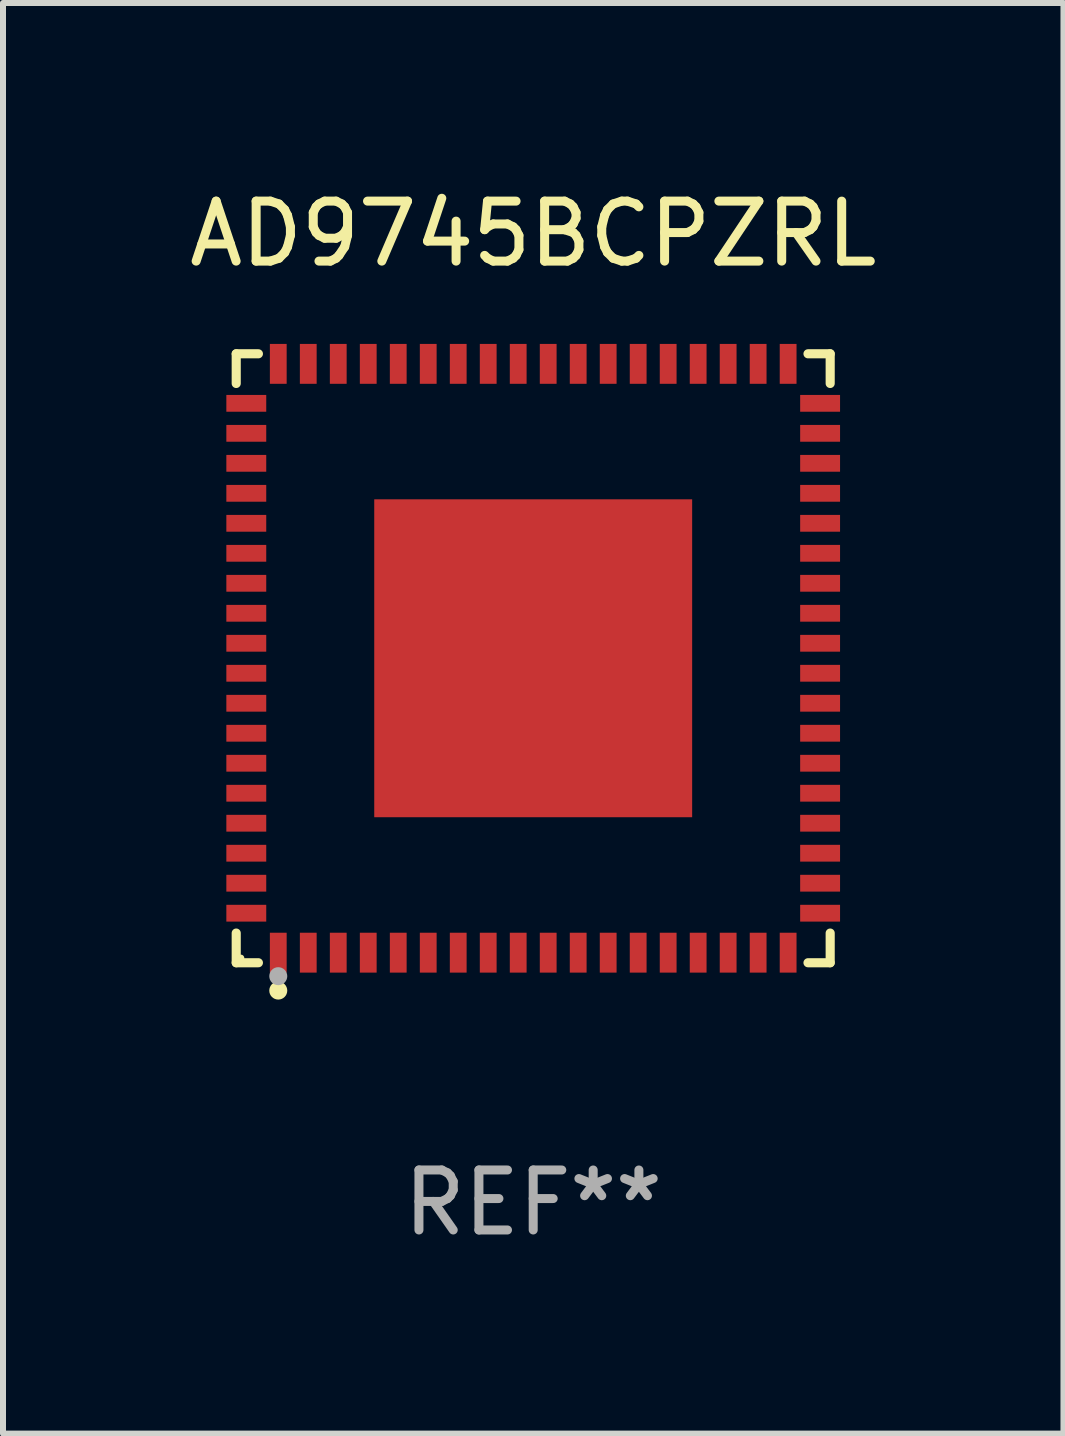
<source format=kicad_pcb>
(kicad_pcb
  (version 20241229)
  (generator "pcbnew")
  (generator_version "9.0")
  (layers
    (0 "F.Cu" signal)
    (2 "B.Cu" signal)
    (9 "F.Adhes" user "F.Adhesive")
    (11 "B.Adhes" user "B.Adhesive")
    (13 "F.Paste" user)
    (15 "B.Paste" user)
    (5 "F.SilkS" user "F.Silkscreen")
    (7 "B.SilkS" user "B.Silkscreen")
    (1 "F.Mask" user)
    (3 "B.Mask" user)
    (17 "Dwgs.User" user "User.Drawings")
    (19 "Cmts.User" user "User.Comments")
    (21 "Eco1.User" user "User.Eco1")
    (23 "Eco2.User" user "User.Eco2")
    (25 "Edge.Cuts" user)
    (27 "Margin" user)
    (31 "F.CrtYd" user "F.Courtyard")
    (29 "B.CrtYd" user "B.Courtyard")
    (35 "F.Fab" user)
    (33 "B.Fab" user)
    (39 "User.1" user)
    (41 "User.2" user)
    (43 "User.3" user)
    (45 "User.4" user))
  (footprint "AD9745BCPZRL"
    (layer "F.Cu")
    (at 5.839 7.924)
    (property "Reference" "AD9745BCPZRL" (at 0 -7.076 0) (layer "F.SilkS") (effects (font (size 1 1) (thickness 0.15))))
    (attr through_hole)
    (fp_line (start -4.951 -5.076) (end -4.581 -5.076) (stroke (width 0.152) (type solid)) (layer "F.SilkS"))
    (fp_line (start -4.951 -4.581) (end -4.951 -5.076) (stroke (width 0.152) (type solid)) (layer "F.SilkS"))
    (fp_line (start -4.951 4.581) (end -4.951 5.076) (stroke (width 0.152) (type solid)) (layer "F.SilkS"))
    (fp_line (start -4.951 5.076) (end -4.581 5.076) (stroke (width 0.152) (type solid)) (layer "F.SilkS"))
    (fp_line (start 4.951 -5.076) (end 4.581 -5.076) (stroke (width 0.152) (type solid)) (layer "F.SilkS"))
    (fp_line (start 4.951 -4.581) (end 4.951 -5.076) (stroke (width 0.152) (type solid)) (layer "F.SilkS"))
    (fp_line (start 4.951 4.581) (end 4.951 5.076) (stroke (width 0.152) (type solid)) (layer "F.SilkS"))
    (fp_line (start 4.951 5.076) (end 4.581 5.076) (stroke (width 0.152) (type solid)) (layer "F.SilkS"))
    (fp_circle (center -4.875 5) (end -4.845 5) (stroke (width 0.06) (type solid)) (fill no) (layer "F.SilkS"))
    (fp_circle (center -4.25 5.54) (end -4.175 5.54) (stroke (width 0.15) (type solid)) (fill no) (layer "F.SilkS"))
    (fp_circle (center -4.25 5.3) (end -4.175 5.3) (stroke (width 0.15) (type solid)) (fill no) (layer "F.Fab"))
    (fp_text user "REF**" (at 0 9.076 0) (layer "F.Fab") (effects (font (size 1 1) (thickness 0.15))))
    (pad "1" smd rect (at -4.25 4.908) (size 0.28 0.665) (layers "F.Cu" "F.Mask" "F.Paste"))
    (pad "2" smd rect (at -3.75 4.908) (size 0.28 0.665) (layers "F.Cu" "F.Mask" "F.Paste"))
    (pad "3" smd rect (at -3.25 4.908) (size 0.28 0.665) (layers "F.Cu" "F.Mask" "F.Paste"))
    (pad "4" smd rect (at -2.75 4.908) (size 0.28 0.665) (layers "F.Cu" "F.Mask" "F.Paste"))
    (pad "5" smd rect (at -2.25 4.908) (size 0.28 0.665) (layers "F.Cu" "F.Mask" "F.Paste"))
    (pad "6" smd rect (at -1.75 4.908) (size 0.28 0.665) (layers "F.Cu" "F.Mask" "F.Paste"))
    (pad "7" smd rect (at -1.25 4.908) (size 0.28 0.665) (layers "F.Cu" "F.Mask" "F.Paste"))
    (pad "8" smd rect (at -0.75 4.908) (size 0.28 0.665) (layers "F.Cu" "F.Mask" "F.Paste"))
    (pad "9" smd rect (at -0.25 4.908) (size 0.28 0.665) (layers "F.Cu" "F.Mask" "F.Paste"))
    (pad "10" smd rect (at 0.25 4.908) (size 0.28 0.665) (layers "F.Cu" "F.Mask" "F.Paste"))
    (pad "11" smd rect (at 0.75 4.908) (size 0.28 0.665) (layers "F.Cu" "F.Mask" "F.Paste"))
    (pad "12" smd rect (at 1.25 4.908) (size 0.28 0.665) (layers "F.Cu" "F.Mask" "F.Paste"))
    (pad "13" smd rect (at 1.75 4.908) (size 0.28 0.665) (layers "F.Cu" "F.Mask" "F.Paste"))
    (pad "14" smd rect (at 2.25 4.908) (size 0.28 0.665) (layers "F.Cu" "F.Mask" "F.Paste"))
    (pad "15" smd rect (at 2.75 4.908) (size 0.28 0.665) (layers "F.Cu" "F.Mask" "F.Paste"))
    (pad "16" smd rect (at 3.25 4.908) (size 0.28 0.665) (layers "F.Cu" "F.Mask" "F.Paste"))
    (pad "17" smd rect (at 3.75 4.908) (size 0.28 0.665) (layers "F.Cu" "F.Mask" "F.Paste"))
    (pad "18" smd rect (at 4.25 4.908) (size 0.28 0.665) (layers "F.Cu" "F.Mask" "F.Paste"))
    (pad "19" smd rect (at 4.783 4.25) (size 0.665 0.28) (layers "F.Cu" "F.Mask" "F.Paste"))
    (pad "20" smd rect (at 4.783 3.75) (size 0.665 0.28) (layers "F.Cu" "F.Mask" "F.Paste"))
    (pad "21" smd rect (at 4.783 3.25) (size 0.665 0.28) (layers "F.Cu" "F.Mask" "F.Paste"))
    (pad "22" smd rect (at 4.783 2.75) (size 0.665 0.28) (layers "F.Cu" "F.Mask" "F.Paste"))
    (pad "23" smd rect (at 4.783 2.25) (size 0.665 0.28) (layers "F.Cu" "F.Mask" "F.Paste"))
    (pad "24" smd rect (at 4.783 1.75) (size 0.665 0.28) (layers "F.Cu" "F.Mask" "F.Paste"))
    (pad "25" smd rect (at 4.783 1.25) (size 0.665 0.28) (layers "F.Cu" "F.Mask" "F.Paste"))
    (pad "26" smd rect (at 4.783 0.75) (size 0.665 0.28) (layers "F.Cu" "F.Mask" "F.Paste"))
    (pad "27" smd rect (at 4.783 0.25) (size 0.665 0.28) (layers "F.Cu" "F.Mask" "F.Paste"))
    (pad "28" smd rect (at 4.783 -0.25) (size 0.665 0.28) (layers "F.Cu" "F.Mask" "F.Paste"))
    (pad "29" smd rect (at 4.783 -0.75) (size 0.665 0.28) (layers "F.Cu" "F.Mask" "F.Paste"))
    (pad "30" smd rect (at 4.783 -1.25) (size 0.665 0.28) (layers "F.Cu" "F.Mask" "F.Paste"))
    (pad "31" smd rect (at 4.783 -1.75) (size 0.665 0.28) (layers "F.Cu" "F.Mask" "F.Paste"))
    (pad "32" smd rect (at 4.783 -2.25) (size 0.665 0.28) (layers "F.Cu" "F.Mask" "F.Paste"))
    (pad "33" smd rect (at 4.783 -2.75) (size 0.665 0.28) (layers "F.Cu" "F.Mask" "F.Paste"))
    (pad "34" smd rect (at 4.783 -3.25) (size 0.665 0.28) (layers "F.Cu" "F.Mask" "F.Paste"))
    (pad "35" smd rect (at 4.783 -3.75) (size 0.665 0.28) (layers "F.Cu" "F.Mask" "F.Paste"))
    (pad "36" smd rect (at 4.783 -4.25) (size 0.665 0.28) (layers "F.Cu" "F.Mask" "F.Paste"))
    (pad "37" smd rect (at 4.25 -4.908) (size 0.28 0.665) (layers "F.Cu" "F.Mask" "F.Paste"))
    (pad "38" smd rect (at 3.75 -4.908) (size 0.28 0.665) (layers "F.Cu" "F.Mask" "F.Paste"))
    (pad "39" smd rect (at 3.25 -4.908) (size 0.28 0.665) (layers "F.Cu" "F.Mask" "F.Paste"))
    (pad "40" smd rect (at 2.75 -4.908) (size 0.28 0.665) (layers "F.Cu" "F.Mask" "F.Paste"))
    (pad "41" smd rect (at 2.25 -4.908) (size 0.28 0.665) (layers "F.Cu" "F.Mask" "F.Paste"))
    (pad "42" smd rect (at 1.75 -4.908) (size 0.28 0.665) (layers "F.Cu" "F.Mask" "F.Paste"))
    (pad "43" smd rect (at 1.25 -4.908) (size 0.28 0.665) (layers "F.Cu" "F.Mask" "F.Paste"))
    (pad "44" smd rect (at 0.75 -4.908) (size 0.28 0.665) (layers "F.Cu" "F.Mask" "F.Paste"))
    (pad "45" smd rect (at 0.25 -4.908) (size 0.28 0.665) (layers "F.Cu" "F.Mask" "F.Paste"))
    (pad "46" smd rect (at -0.25 -4.908) (size 0.28 0.665) (layers "F.Cu" "F.Mask" "F.Paste"))
    (pad "47" smd rect (at -0.75 -4.908) (size 0.28 0.665) (layers "F.Cu" "F.Mask" "F.Paste"))
    (pad "48" smd rect (at -1.25 -4.908) (size 0.28 0.665) (layers "F.Cu" "F.Mask" "F.Paste"))
    (pad "49" smd rect (at -1.75 -4.908) (size 0.28 0.665) (layers "F.Cu" "F.Mask" "F.Paste"))
    (pad "50" smd rect (at -2.25 -4.908) (size 0.28 0.665) (layers "F.Cu" "F.Mask" "F.Paste"))
    (pad "51" smd rect (at -2.75 -4.908) (size 0.28 0.665) (layers "F.Cu" "F.Mask" "F.Paste"))
    (pad "52" smd rect (at -3.25 -4.908) (size 0.28 0.665) (layers "F.Cu" "F.Mask" "F.Paste"))
    (pad "53" smd rect (at -3.75 -4.908) (size 0.28 0.665) (layers "F.Cu" "F.Mask" "F.Paste"))
    (pad "54" smd rect (at -4.25 -4.908) (size 0.28 0.665) (layers "F.Cu" "F.Mask" "F.Paste"))
    (pad "55" smd rect (at -4.783 -4.25) (size 0.665 0.28) (layers "F.Cu" "F.Mask" "F.Paste"))
    (pad "56" smd rect (at -4.783 -3.75) (size 0.665 0.28) (layers "F.Cu" "F.Mask" "F.Paste"))
    (pad "57" smd rect (at -4.783 -3.25) (size 0.665 0.28) (layers "F.Cu" "F.Mask" "F.Paste"))
    (pad "58" smd rect (at -4.783 -2.75) (size 0.665 0.28) (layers "F.Cu" "F.Mask" "F.Paste"))
    (pad "59" smd rect (at -4.783 -2.25) (size 0.665 0.28) (layers "F.Cu" "F.Mask" "F.Paste"))
    (pad "60" smd rect (at -4.783 -1.75) (size 0.665 0.28) (layers "F.Cu" "F.Mask" "F.Paste"))
    (pad "61" smd rect (at -4.783 -1.25) (size 0.665 0.28) (layers "F.Cu" "F.Mask" "F.Paste"))
    (pad "62" smd rect (at -4.783 -0.75) (size 0.665 0.28) (layers "F.Cu" "F.Mask" "F.Paste"))
    (pad "63" smd rect (at -4.783 -0.25) (size 0.665 0.28) (layers "F.Cu" "F.Mask" "F.Paste"))
    (pad "64" smd rect (at -4.783 0.25) (size 0.665 0.28) (layers "F.Cu" "F.Mask" "F.Paste"))
    (pad "65" smd rect (at -4.783 0.75) (size 0.665 0.28) (layers "F.Cu" "F.Mask" "F.Paste"))
    (pad "66" smd rect (at -4.783 1.25) (size 0.665 0.28) (layers "F.Cu" "F.Mask" "F.Paste"))
    (pad "67" smd rect (at -4.783 1.75) (size 0.665 0.28) (layers "F.Cu" "F.Mask" "F.Paste"))
    (pad "68" smd rect (at -4.783 2.25) (size 0.665 0.28) (layers "F.Cu" "F.Mask" "F.Paste"))
    (pad "69" smd rect (at -4.783 2.75) (size 0.665 0.28) (layers "F.Cu" "F.Mask" "F.Paste"))
    (pad "70" smd rect (at -4.783 3.25) (size 0.665 0.28) (layers "F.Cu" "F.Mask" "F.Paste"))
    (pad "71" smd rect (at -4.783 3.75) (size 0.665 0.28) (layers "F.Cu" "F.Mask" "F.Paste"))
    (pad "72" smd rect (at -4.783 4.25) (size 0.665 0.28) (layers "F.Cu" "F.Mask" "F.Paste"))
    (pad "73" smd rect (at 0 0) (size 5.3 5.3) (layers "F.Cu" "F.Mask" "F.Paste")))
  (gr_rect
    (start -3 -3)
    (end 14.679 20.849)
    (stroke (width 0.1) (type default))
    (fill no)
    (layer "Edge.Cuts")))
</source>
